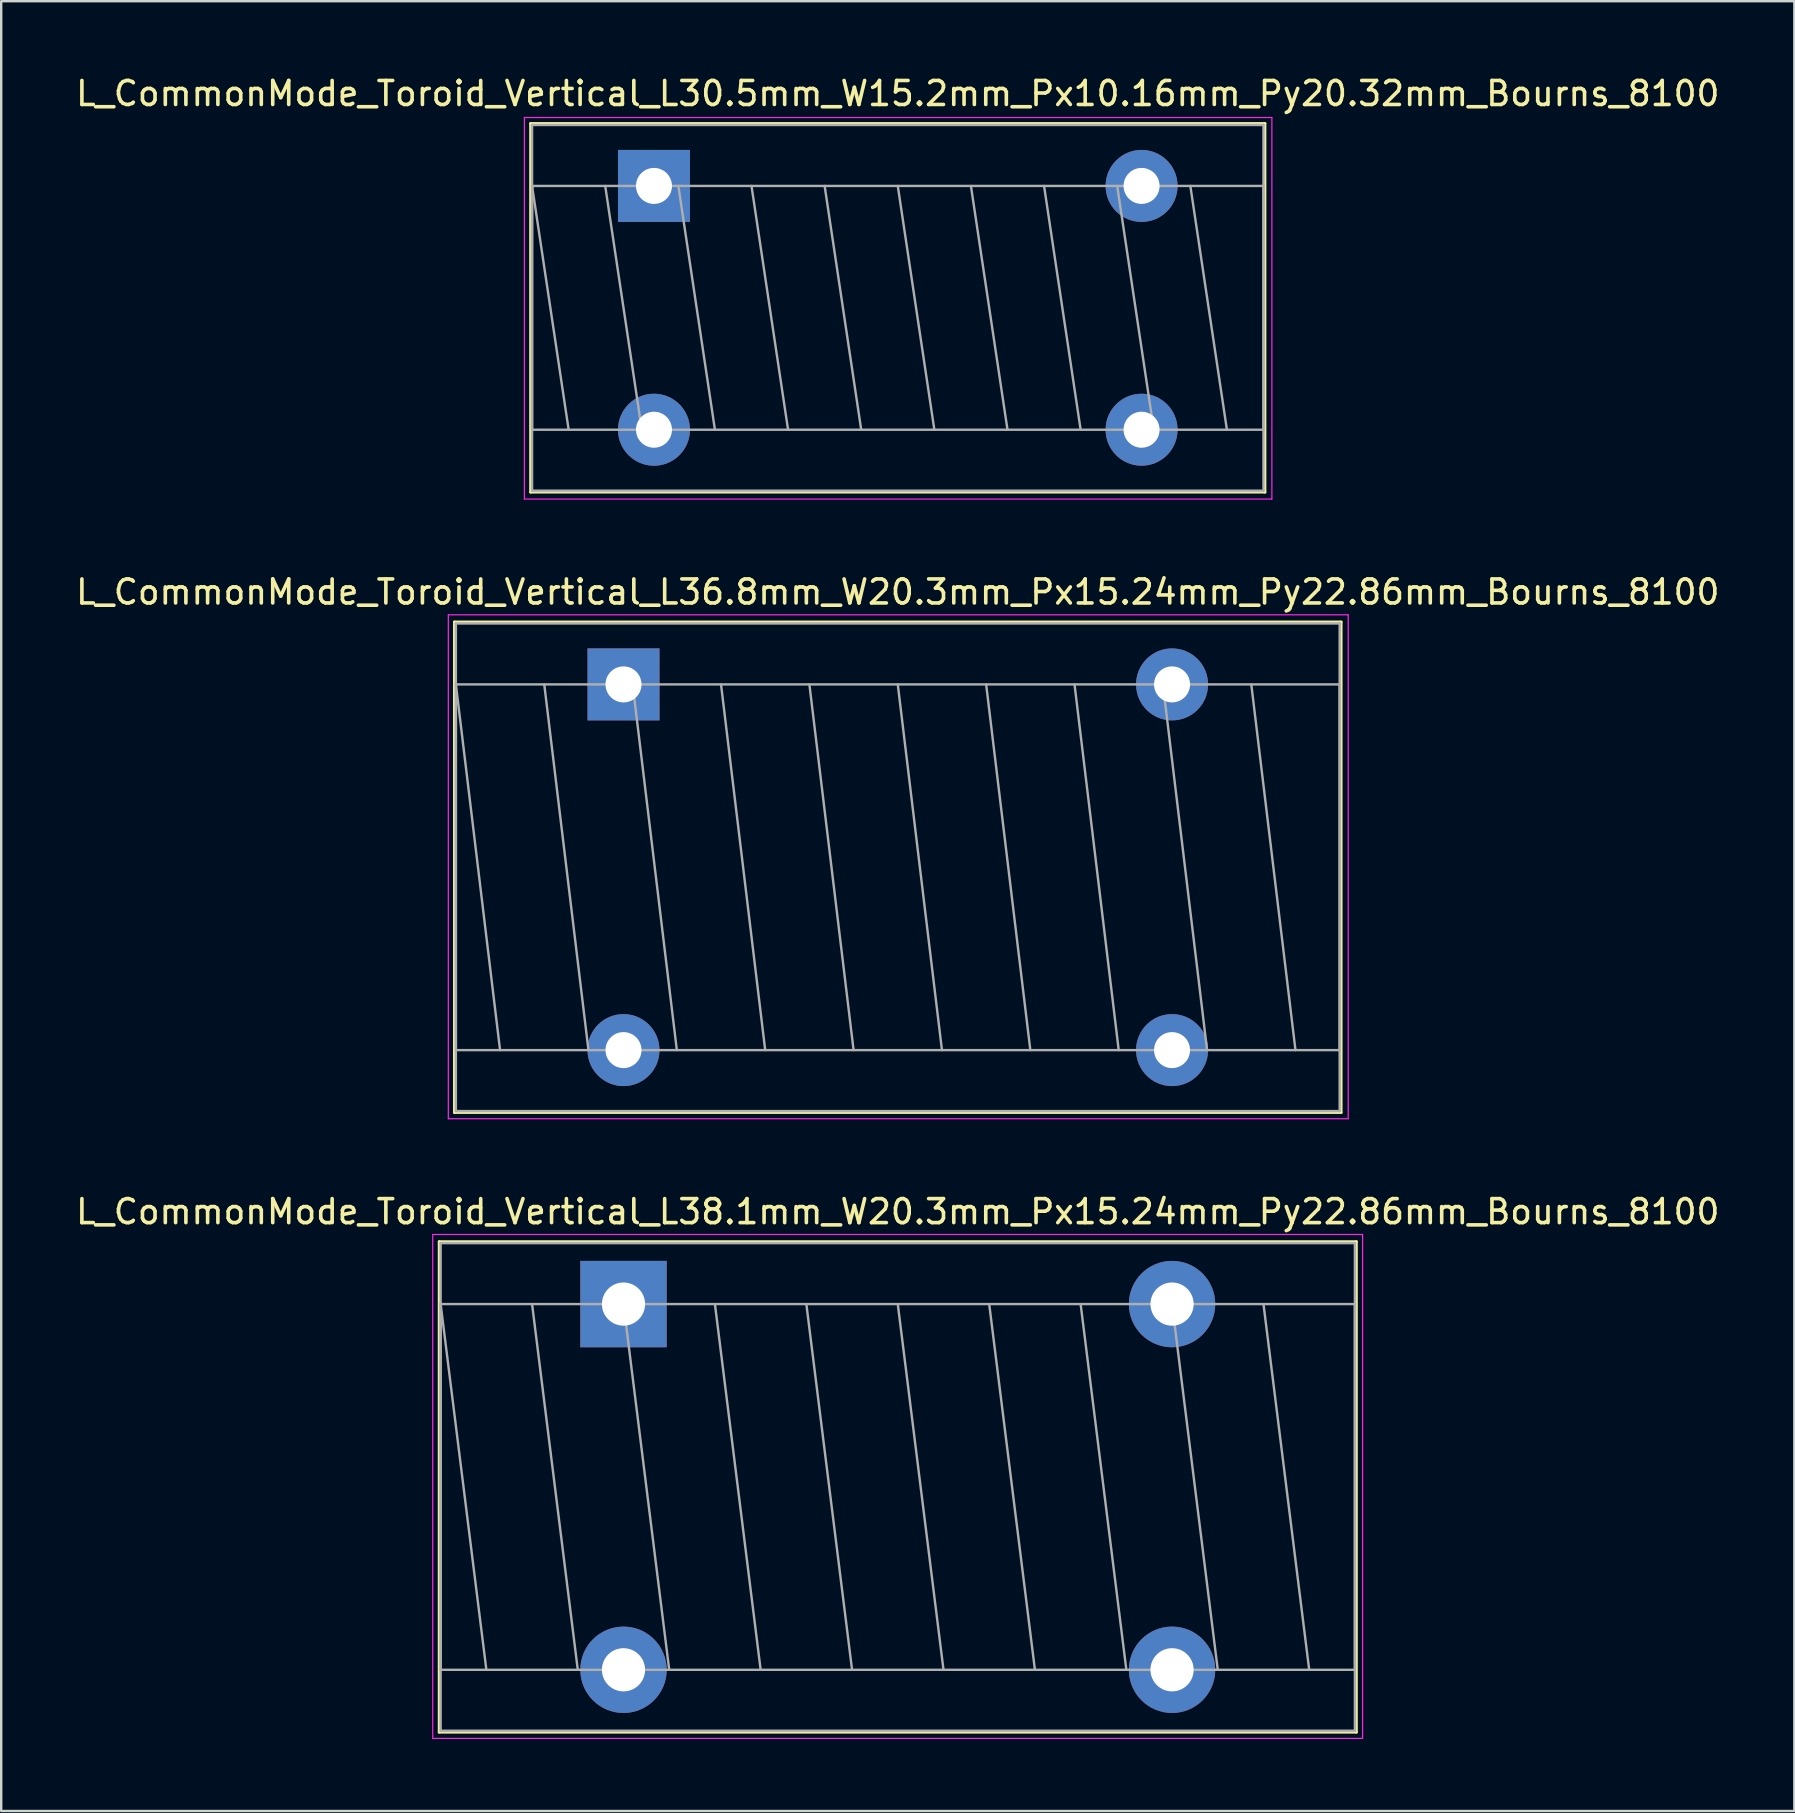
<source format=kicad_pcb>
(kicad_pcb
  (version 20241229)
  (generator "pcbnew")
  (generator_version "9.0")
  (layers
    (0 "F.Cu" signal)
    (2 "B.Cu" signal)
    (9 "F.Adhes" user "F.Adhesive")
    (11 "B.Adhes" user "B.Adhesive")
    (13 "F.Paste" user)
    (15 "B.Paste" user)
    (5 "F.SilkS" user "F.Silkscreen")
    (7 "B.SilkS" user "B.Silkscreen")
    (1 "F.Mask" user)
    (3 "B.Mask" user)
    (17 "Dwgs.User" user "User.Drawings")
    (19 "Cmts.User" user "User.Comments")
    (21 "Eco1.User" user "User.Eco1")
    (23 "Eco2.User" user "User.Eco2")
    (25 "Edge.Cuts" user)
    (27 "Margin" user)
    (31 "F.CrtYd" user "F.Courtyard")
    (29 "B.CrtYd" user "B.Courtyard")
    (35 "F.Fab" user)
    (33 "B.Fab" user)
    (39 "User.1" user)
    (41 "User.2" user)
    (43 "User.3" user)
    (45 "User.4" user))
  (footprint "L_CommonMode_Toroid_Vertical_L30.5mm_W15.2mm_Px10.16mm_Py20.32mm_Bourns_8100"
    (layer "F.Cu")
    (at 24.203 4.698)
    (property "Reference" "L_CommonMode_Toroid_Vertical_L30.5mm_W15.2mm_Px10.16mm_Py20.32mm_Bourns_8100" (at 10.16 -3.85 0) (layer "F.SilkS") (effects (font (size 1 1) (thickness 0.15))))
    (attr through_hole)
    (fp_line (start -5.14 -2.6) (end -5.14 12.76) (stroke (width 0.12) (type solid)) (layer "F.SilkS"))
    (fp_line (start -5.14 -2.6) (end 25.46 -2.6) (stroke (width 0.12) (type solid)) (layer "F.SilkS"))
    (fp_line (start -5.14 12.76) (end 25.46 12.76) (stroke (width 0.12) (type solid)) (layer "F.SilkS"))
    (fp_line (start 25.46 -2.6) (end 25.46 12.76) (stroke (width 0.12) (type solid)) (layer "F.SilkS"))
    (fp_line (start -5.4 -2.85) (end -5.4 13.05) (stroke (width 0.05) (type solid)) (layer "F.CrtYd"))
    (fp_line (start -5.4 13.05) (end 25.75 13.05) (stroke (width 0.05) (type solid)) (layer "F.CrtYd"))
    (fp_line (start 25.75 -2.85) (end -5.4 -2.85) (stroke (width 0.05) (type solid)) (layer "F.CrtYd"))
    (fp_line (start 25.75 13.05) (end 25.75 -2.85) (stroke (width 0.05) (type solid)) (layer "F.CrtYd"))
    (fp_line (start -5.08 -2.54) (end -5.08 12.7) (stroke (width 0.1) (type solid)) (layer "F.Fab"))
    (fp_line (start -5.08 0) (end -5.08 10.16) (stroke (width 0.1) (type solid)) (layer "F.Fab"))
    (fp_line (start -5.08 0) (end -3.556 10.16) (stroke (width 0.1) (type solid)) (layer "F.Fab"))
    (fp_line (start -5.08 10.16) (end 25.4 10.16) (stroke (width 0.1) (type solid)) (layer "F.Fab"))
    (fp_line (start -5.08 12.7) (end 25.4 12.7) (stroke (width 0.1) (type solid)) (layer "F.Fab"))
    (fp_line (start -2.032 0) (end -0.508 10.16) (stroke (width 0.1) (type solid)) (layer "F.Fab"))
    (fp_line (start 1.016 0) (end 2.54 10.16) (stroke (width 0.1) (type solid)) (layer "F.Fab"))
    (fp_line (start 4.064 0) (end 5.588 10.16) (stroke (width 0.1) (type solid)) (layer "F.Fab"))
    (fp_line (start 7.112 0) (end 8.636 10.16) (stroke (width 0.1) (type solid)) (layer "F.Fab"))
    (fp_line (start 10.16 0) (end 11.684 10.16) (stroke (width 0.1) (type solid)) (layer "F.Fab"))
    (fp_line (start 13.208 0) (end 14.732 10.16) (stroke (width 0.1) (type solid)) (layer "F.Fab"))
    (fp_line (start 16.256 0) (end 17.78 10.16) (stroke (width 0.1) (type solid)) (layer "F.Fab"))
    (fp_line (start 19.304 0) (end 20.828 10.16) (stroke (width 0.1) (type solid)) (layer "F.Fab"))
    (fp_line (start 22.352 0) (end 23.876 10.16) (stroke (width 0.1) (type solid)) (layer "F.Fab"))
    (fp_line (start 25.4 -2.54) (end -5.08 -2.54) (stroke (width 0.1) (type solid)) (layer "F.Fab"))
    (fp_line (start 25.4 0) (end -5.08 0) (stroke (width 0.1) (type solid)) (layer "F.Fab"))
    (fp_line (start 25.4 10.16) (end 25.4 0) (stroke (width 0.1) (type solid)) (layer "F.Fab"))
    (fp_line (start 25.4 12.7) (end 25.4 -2.54) (stroke (width 0.1) (type solid)) (layer "F.Fab"))
    (pad "1" thru_hole rect (at 0 0) (size 3 3) (drill 1.5) (layers "*.Cu" "*.Mask"))
    (pad "2" thru_hole circle (at 0 10.16) (size 3 3) (drill 1.5) (layers "*.Cu" "*.Mask"))
    (pad "3" thru_hole circle (at 20.32 10.16) (size 3 3) (drill 1.5) (layers "*.Cu" "*.Mask"))
    (pad "4" thru_hole circle (at 20.32 0) (size 3 3) (drill 1.5) (layers "*.Cu" "*.Mask")))
  (footprint "L_CommonMode_Toroid_Vertical_L36.8mm_W20.3mm_Px15.24mm_Py22.86mm_Bourns_8100"
    (layer "F.Cu")
    (at 22.933 25.471)
    (property "Reference" "L_CommonMode_Toroid_Vertical_L36.8mm_W20.3mm_Px15.24mm_Py22.86mm_Bourns_8100" (at 11.43 -3.85 0) (layer "F.SilkS") (effects (font (size 1 1) (thickness 0.15))))
    (attr through_hole)
    (fp_line (start -7.045 -2.6) (end -7.045 17.84) (stroke (width 0.12) (type solid)) (layer "F.SilkS"))
    (fp_line (start -7.045 -2.6) (end 29.905 -2.6) (stroke (width 0.12) (type solid)) (layer "F.SilkS"))
    (fp_line (start -7.045 17.84) (end 29.905 17.84) (stroke (width 0.12) (type solid)) (layer "F.SilkS"))
    (fp_line (start 29.905 -2.6) (end 29.905 17.84) (stroke (width 0.12) (type solid)) (layer "F.SilkS"))
    (fp_line (start -7.3 -2.9) (end -7.3 18.1) (stroke (width 0.05) (type solid)) (layer "F.CrtYd"))
    (fp_line (start -7.3 18.1) (end 30.2 18.1) (stroke (width 0.05) (type solid)) (layer "F.CrtYd"))
    (fp_line (start 30.2 -2.9) (end -7.3 -2.9) (stroke (width 0.05) (type solid)) (layer "F.CrtYd"))
    (fp_line (start 30.2 18.1) (end 30.2 -2.9) (stroke (width 0.05) (type solid)) (layer "F.CrtYd"))
    (fp_line (start -6.985 -2.54) (end -6.985 17.78) (stroke (width 0.1) (type solid)) (layer "F.Fab"))
    (fp_line (start -6.985 0) (end -6.985 15.24) (stroke (width 0.1) (type solid)) (layer "F.Fab"))
    (fp_line (start -6.985 0) (end -5.144 15.24) (stroke (width 0.1) (type solid)) (layer "F.Fab"))
    (fp_line (start -6.985 15.24) (end 29.845 15.24) (stroke (width 0.1) (type solid)) (layer "F.Fab"))
    (fp_line (start -6.985 17.78) (end 29.845 17.78) (stroke (width 0.1) (type solid)) (layer "F.Fab"))
    (fp_line (start -3.302 0) (end -1.46 15.24) (stroke (width 0.1) (type solid)) (layer "F.Fab"))
    (fp_line (start 0.381 0) (end 2.223 15.24) (stroke (width 0.1) (type solid)) (layer "F.Fab"))
    (fp_line (start 4.064 0) (end 5.905 15.24) (stroke (width 0.1) (type solid)) (layer "F.Fab"))
    (fp_line (start 7.747 0) (end 9.588 15.24) (stroke (width 0.1) (type solid)) (layer "F.Fab"))
    (fp_line (start 11.43 0) (end 13.271 15.24) (stroke (width 0.1) (type solid)) (layer "F.Fab"))
    (fp_line (start 15.113 0) (end 16.954 15.24) (stroke (width 0.1) (type solid)) (layer "F.Fab"))
    (fp_line (start 18.796 0) (end 20.637 15.24) (stroke (width 0.1) (type solid)) (layer "F.Fab"))
    (fp_line (start 22.479 0) (end 24.32 15.24) (stroke (width 0.1) (type solid)) (layer "F.Fab"))
    (fp_line (start 26.162 0) (end 28.003 15.24) (stroke (width 0.1) (type solid)) (layer "F.Fab"))
    (fp_line (start 29.845 -2.54) (end -6.985 -2.54) (stroke (width 0.1) (type solid)) (layer "F.Fab"))
    (fp_line (start 29.845 0) (end -6.985 0) (stroke (width 0.1) (type solid)) (layer "F.Fab"))
    (fp_line (start 29.845 15.24) (end 29.845 0) (stroke (width 0.1) (type solid)) (layer "F.Fab"))
    (fp_line (start 29.845 17.78) (end 29.845 -2.54) (stroke (width 0.1) (type solid)) (layer "F.Fab"))
    (pad "1" thru_hole rect (at 0 0) (size 3 3) (drill 1.5) (layers "*.Cu" "*.Mask"))
    (pad "2" thru_hole circle (at 0 15.24) (size 3 3) (drill 1.5) (layers "*.Cu" "*.Mask"))
    (pad "3" thru_hole circle (at 22.86 15.24) (size 3 3) (drill 1.5) (layers "*.Cu" "*.Mask"))
    (pad "4" thru_hole circle (at 22.86 0) (size 3 3) (drill 1.5) (layers "*.Cu" "*.Mask")))
  (footprint "L_CommonMode_Toroid_Vertical_L38.1mm_W20.3mm_Px15.24mm_Py22.86mm_Bourns_8100"
    (layer "F.Cu")
    (at 22.933 51.295)
    (property "Reference" "L_CommonMode_Toroid_Vertical_L38.1mm_W20.3mm_Px15.24mm_Py22.86mm_Bourns_8100" (at 11.43 -3.85 0) (layer "F.SilkS") (effects (font (size 1 1) (thickness 0.15))))
    (attr through_hole)
    (fp_line (start -7.68 -2.6) (end -7.68 17.84) (stroke (width 0.12) (type solid)) (layer "F.SilkS"))
    (fp_line (start -7.68 -2.6) (end 30.54 -2.6) (stroke (width 0.12) (type solid)) (layer "F.SilkS"))
    (fp_line (start -7.68 17.84) (end 30.54 17.84) (stroke (width 0.12) (type solid)) (layer "F.SilkS"))
    (fp_line (start 30.54 -2.6) (end 30.54 17.84) (stroke (width 0.12) (type solid)) (layer "F.SilkS"))
    (fp_line (start -7.95 -2.9) (end -7.95 18.1) (stroke (width 0.05) (type solid)) (layer "F.CrtYd"))
    (fp_line (start -7.95 18.1) (end 30.8 18.1) (stroke (width 0.05) (type solid)) (layer "F.CrtYd"))
    (fp_line (start 30.8 -2.9) (end -7.95 -2.9) (stroke (width 0.05) (type solid)) (layer "F.CrtYd"))
    (fp_line (start 30.8 18.1) (end 30.8 -2.9) (stroke (width 0.05) (type solid)) (layer "F.CrtYd"))
    (fp_line (start -7.62 -2.54) (end -7.62 17.78) (stroke (width 0.1) (type solid)) (layer "F.Fab"))
    (fp_line (start -7.62 0) (end -7.62 15.24) (stroke (width 0.1) (type solid)) (layer "F.Fab"))
    (fp_line (start -7.62 0) (end -5.715 15.24) (stroke (width 0.1) (type solid)) (layer "F.Fab"))
    (fp_line (start -7.62 15.24) (end 30.48 15.24) (stroke (width 0.1) (type solid)) (layer "F.Fab"))
    (fp_line (start -7.62 17.78) (end 30.48 17.78) (stroke (width 0.1) (type solid)) (layer "F.Fab"))
    (fp_line (start -3.81 0) (end -1.905 15.24) (stroke (width 0.1) (type solid)) (layer "F.Fab"))
    (fp_line (start 0 0) (end 1.905 15.24) (stroke (width 0.1) (type solid)) (layer "F.Fab"))
    (fp_line (start 3.81 0) (end 5.715 15.24) (stroke (width 0.1) (type solid)) (layer "F.Fab"))
    (fp_line (start 7.62 0) (end 9.525 15.24) (stroke (width 0.1) (type solid)) (layer "F.Fab"))
    (fp_line (start 11.43 0) (end 13.335 15.24) (stroke (width 0.1) (type solid)) (layer "F.Fab"))
    (fp_line (start 15.24 0) (end 17.145 15.24) (stroke (width 0.1) (type solid)) (layer "F.Fab"))
    (fp_line (start 19.05 0) (end 20.955 15.24) (stroke (width 0.1) (type solid)) (layer "F.Fab"))
    (fp_line (start 22.86 0) (end 24.765 15.24) (stroke (width 0.1) (type solid)) (layer "F.Fab"))
    (fp_line (start 26.67 0) (end 28.575 15.24) (stroke (width 0.1) (type solid)) (layer "F.Fab"))
    (fp_line (start 30.48 -2.54) (end -7.62 -2.54) (stroke (width 0.1) (type solid)) (layer "F.Fab"))
    (fp_line (start 30.48 0) (end -7.62 0) (stroke (width 0.1) (type solid)) (layer "F.Fab"))
    (fp_line (start 30.48 15.24) (end 30.48 0) (stroke (width 0.1) (type solid)) (layer "F.Fab"))
    (fp_line (start 30.48 17.78) (end 30.48 -2.54) (stroke (width 0.1) (type solid)) (layer "F.Fab"))
    (pad "1" thru_hole rect (at 0 0) (size 3.6 3.6) (drill 1.8) (layers "*.Cu" "*.Mask"))
    (pad "2" thru_hole circle (at 0 15.24) (size 3.6 3.6) (drill 1.8) (layers "*.Cu" "*.Mask"))
    (pad "3" thru_hole circle (at 22.86 15.24) (size 3.6 3.6) (drill 1.8) (layers "*.Cu" "*.Mask"))
    (pad "4" thru_hole circle (at 22.86 0) (size 3.6 3.6) (drill 1.8) (layers "*.Cu" "*.Mask")))
  (gr_rect
    (start -3 -3)
    (end 71.726 72.42)
    (stroke (width 0.1) (type default))
    (fill no)
    (layer "Edge.Cuts")))
</source>
